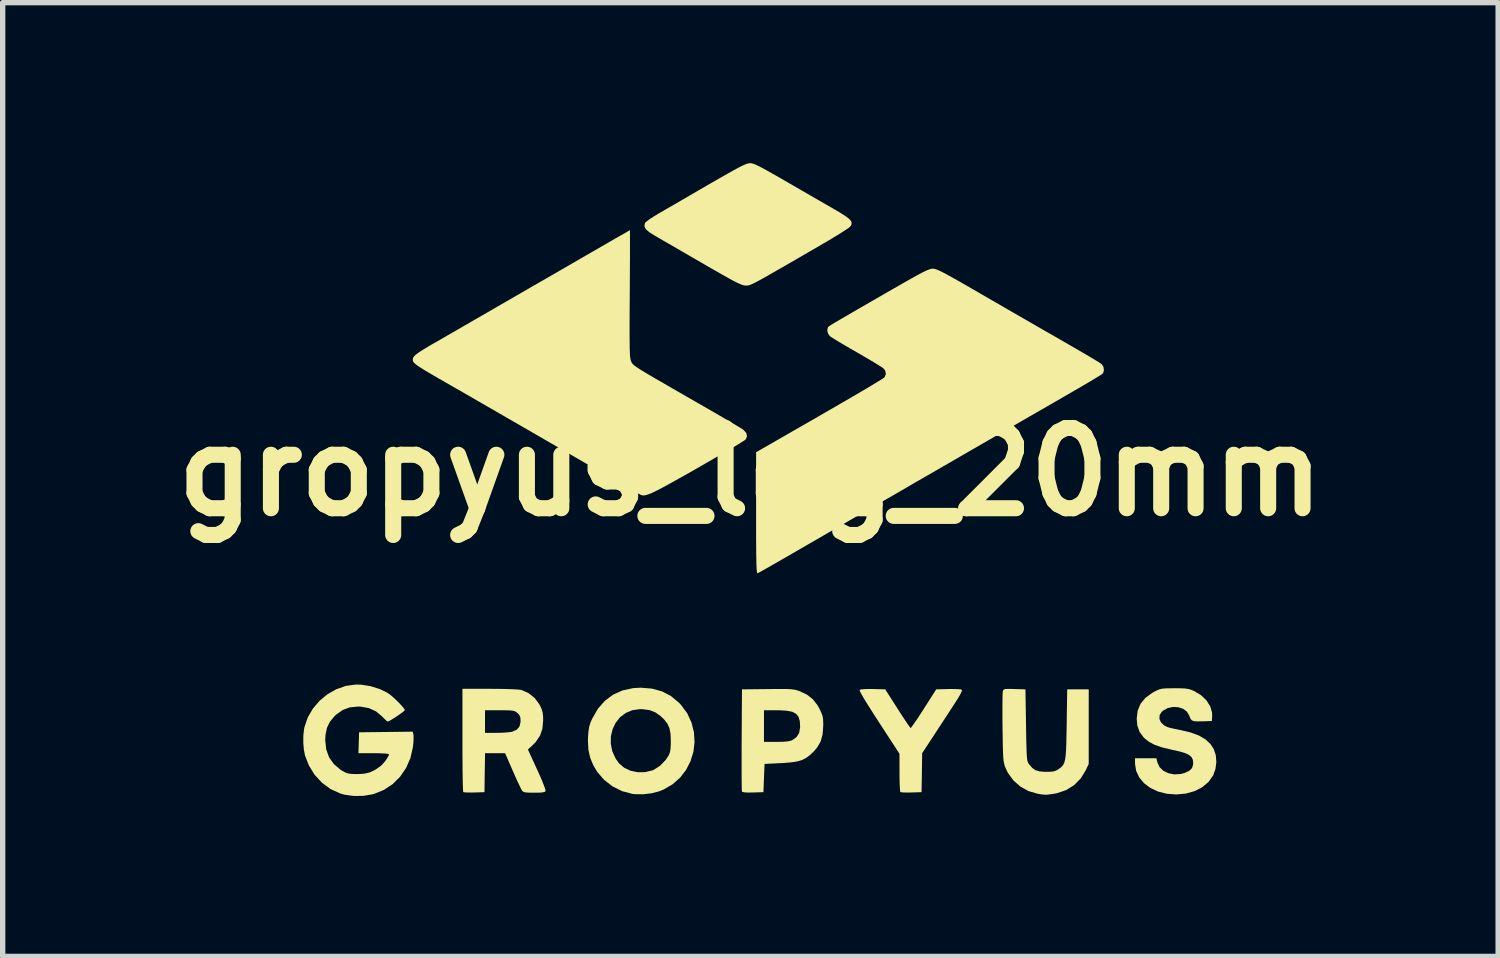
<source format=kicad_pcb>
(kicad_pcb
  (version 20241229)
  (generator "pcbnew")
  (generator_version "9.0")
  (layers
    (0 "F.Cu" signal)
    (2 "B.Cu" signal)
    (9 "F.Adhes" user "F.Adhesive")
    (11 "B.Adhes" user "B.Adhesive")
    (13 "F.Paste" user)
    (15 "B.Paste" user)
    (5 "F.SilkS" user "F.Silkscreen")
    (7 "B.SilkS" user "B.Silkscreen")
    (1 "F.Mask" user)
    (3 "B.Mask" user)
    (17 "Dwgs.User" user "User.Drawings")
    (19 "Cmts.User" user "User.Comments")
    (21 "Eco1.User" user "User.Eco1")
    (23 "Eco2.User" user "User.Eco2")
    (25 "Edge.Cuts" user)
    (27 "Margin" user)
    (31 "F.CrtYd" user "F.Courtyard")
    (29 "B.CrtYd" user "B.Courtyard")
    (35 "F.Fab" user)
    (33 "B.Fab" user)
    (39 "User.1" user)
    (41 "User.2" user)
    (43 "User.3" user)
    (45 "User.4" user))
  (footprint "gropyus_log_20mm"
    (layer "F.Cu")
    (at 10.979 5.773)
    (property "Reference" "gropyus_log_20mm" (at 0 0 0) (layer "F.SilkS") (effects (font (size 1.5 1.5) (thickness 0.3))))
    (attr board_only exclude_from_pos_files exclude_from_bom)
    (fp_poly (pts (xy 2.291 4.058) (xy 2.52 4.064) (xy 2.749 4.423) (xy 2.819 4.533) (xy 2.883 4.629) (xy 2.935 4.707) (xy 2.973 4.761) (xy 2.992 4.786) (xy 2.994 4.787) (xy 3.009 4.772) (xy 3.043 4.725) (xy 3.093 4.654) (xy 3.154 4.563) (xy 3.223 4.456) (xy 3.241 4.428) (xy 3.473 4.064) (xy 3.704 4.058) (xy 3.799 4.058) (xy 3.879 4.06) (xy 3.934 4.066) (xy 3.953 4.072) (xy 3.951 4.097) (xy 3.926 4.152) (xy 3.88 4.231) (xy 3.837 4.299) (xy 3.782 4.384) (xy 3.71 4.494) (xy 3.628 4.62) (xy 3.541 4.753) (xy 3.457 4.881) (xy 3.456 4.883) (xy 3.21 5.258) (xy 3.205 5.622) (xy 3.199 5.986) (xy 3.008 5.992) (xy 2.922 5.993) (xy 2.852 5.991) (xy 2.81 5.986) (xy 2.802 5.983) (xy 2.797 5.958) (xy 2.793 5.898) (xy 2.789 5.81) (xy 2.787 5.703) (xy 2.787 5.618) (xy 2.786 5.268) (xy 2.404 4.681) (xy 2.287 4.5) (xy 2.192 4.349) (xy 2.119 4.231) (xy 2.07 4.145) (xy 2.044 4.092) (xy 2.042 4.073) (xy 2.071 4.065) (xy 2.133 4.059) (xy 2.22 4.057)) (stroke (width 0) (type solid)) (fill yes) (layer "F.SilkS"))
    (fp_poly (pts (xy 0.689 4.058) (xy 0.758 4.062) (xy 0.811 4.068) (xy 0.855 4.077) (xy 0.895 4.09) (xy 0.917 4.097) (xy 1.059 4.164) (xy 1.168 4.251) (xy 1.256 4.364) (xy 1.288 4.422) (xy 1.325 4.498) (xy 1.347 4.559) (xy 1.358 4.621) (xy 1.361 4.701) (xy 1.361 4.748) (xy 1.349 4.906) (xy 1.313 5.037) (xy 1.248 5.15) (xy 1.187 5.222) (xy 1.112 5.293) (xy 1.041 5.346) (xy 0.963 5.385) (xy 0.873 5.412) (xy 0.76 5.429) (xy 0.616 5.441) (xy 0.549 5.444) (xy 0.264 5.458) (xy 0.253 5.722) (xy 0.243 5.986) (xy 0.047 5.992) (xy -0.053 5.993) (xy -0.117 5.989) (xy -0.151 5.98) (xy -0.159 5.971) (xy -0.161 5.945) (xy -0.163 5.881) (xy -0.164 5.783) (xy -0.165 5.657) (xy -0.165 5.506) (xy -0.165 5.334) (xy -0.165 5.147) (xy -0.164 5.004) (xy -0.161 4.455) (xy 0.253 4.455) (xy 0.253 4.751) (xy 0.253 5.046) (xy 0.487 5.046) (xy 0.614 5.044) (xy 0.705 5.036) (xy 0.766 5.021) (xy 0.78 5.015) (xy 0.863 4.955) (xy 0.912 4.875) (xy 0.929 4.769) (xy 0.929 4.757) (xy 0.922 4.654) (xy 0.898 4.575) (xy 0.852 4.52) (xy 0.781 4.483) (xy 0.678 4.463) (xy 0.539 4.455) (xy 0.497 4.455) (xy 0.253 4.455) (xy -0.161 4.455) (xy -0.158 4.064) (xy 0.32 4.059) (xy 0.477 4.057) (xy 0.598 4.057)) (stroke (width 0) (type solid)) (fill yes) (layer "F.SilkS"))
    (fp_poly (pts (xy -1.842 4.05) (xy -1.653 4.102) (xy -1.485 4.19) (xy -1.334 4.316) (xy -1.298 4.354) (xy -1.181 4.513) (xy -1.101 4.686) (xy -1.056 4.866) (xy -1.045 5.05) (xy -1.066 5.232) (xy -1.12 5.407) (xy -1.203 5.569) (xy -1.315 5.715) (xy -1.456 5.839) (xy -1.622 5.936) (xy -1.712 5.972) (xy -1.849 6.007) (xy -2.002 6.025) (xy -2.149 6.024) (xy -2.206 6.018) (xy -2.4 5.967) (xy -2.578 5.878) (xy -2.734 5.757) (xy -2.864 5.607) (xy -2.94 5.479) (xy -2.997 5.339) (xy -3.029 5.194) (xy -3.035 5.08) (xy -2.611 5.08) (xy -2.583 5.221) (xy -2.521 5.356) (xy -2.456 5.448) (xy -2.362 5.529) (xy -2.242 5.585) (xy -2.108 5.613) (xy -1.97 5.612) (xy -1.837 5.58) (xy -1.805 5.567) (xy -1.688 5.491) (xy -1.585 5.384) (xy -1.526 5.294) (xy -1.506 5.245) (xy -1.494 5.18) (xy -1.489 5.088) (xy -1.489 5.025) (xy -1.494 4.891) (xy -1.515 4.787) (xy -1.555 4.701) (xy -1.619 4.621) (xy -1.676 4.567) (xy -1.776 4.495) (xy -1.883 4.453) (xy -2.011 4.435) (xy -2.062 4.434) (xy -2.206 4.453) (xy -2.331 4.505) (xy -2.437 4.585) (xy -2.519 4.688) (xy -2.577 4.809) (xy -2.609 4.941) (xy -2.611 5.08) (xy -3.035 5.08) (xy -3.038 5.032) (xy -3.036 4.951) (xy -3.027 4.843) (xy -3.014 4.76) (xy -2.99 4.685) (xy -2.958 4.612) (xy -2.852 4.427) (xy -2.721 4.278) (xy -2.567 4.163) (xy -2.391 4.084) (xy -2.193 4.041) (xy -2.053 4.033)) (stroke (width 0) (type solid)) (fill yes) (layer "F.SilkS"))
    (fp_poly (pts (xy 4.901 4.057) (xy 4.936 4.058) (xy 5.141 4.064) (xy 5.152 4.733) (xy 5.155 4.92) (xy 5.158 5.068) (xy 5.161 5.185) (xy 5.165 5.273) (xy 5.169 5.337) (xy 5.175 5.383) (xy 5.182 5.415) (xy 5.192 5.438) (xy 5.203 5.457) (xy 5.206 5.46) (xy 5.267 5.532) (xy 5.33 5.576) (xy 5.407 5.598) (xy 5.511 5.606) (xy 5.528 5.606) (xy 5.618 5.604) (xy 5.68 5.595) (xy 5.726 5.577) (xy 5.759 5.557) (xy 5.797 5.529) (xy 5.827 5.501) (xy 5.851 5.469) (xy 5.869 5.428) (xy 5.883 5.373) (xy 5.893 5.3) (xy 5.9 5.203) (xy 5.905 5.079) (xy 5.908 4.922) (xy 5.912 4.727) (xy 5.912 4.719) (xy 5.922 4.064) (xy 6.123 4.064) (xy 6.324 4.064) (xy 6.324 4.761) (xy 6.324 5.458) (xy 6.268 5.577) (xy 6.173 5.731) (xy 6.05 5.855) (xy 5.901 5.948) (xy 5.73 6.005) (xy 5.667 6.017) (xy 5.588 6.028) (xy 5.536 6.034) (xy 5.493 6.033) (xy 5.444 6.028) (xy 5.372 6.016) (xy 5.367 6.015) (xy 5.199 5.966) (xy 5.047 5.882) (xy 4.916 5.767) (xy 4.814 5.627) (xy 4.772 5.54) (xy 4.757 5.503) (xy 4.746 5.466) (xy 4.737 5.426) (xy 4.73 5.376) (xy 4.725 5.311) (xy 4.721 5.225) (xy 4.718 5.113) (xy 4.716 4.971) (xy 4.713 4.791) (xy 4.713 4.786) (xy 4.711 4.625) (xy 4.711 4.475) (xy 4.711 4.343) (xy 4.712 4.234) (xy 4.714 4.155) (xy 4.717 4.11) (xy 4.718 4.104) (xy 4.725 4.081) (xy 4.739 4.066) (xy 4.767 4.058) (xy 4.818 4.056)) (stroke (width 0) (type solid)) (fill yes) (layer "F.SilkS"))
    (fp_poly (pts (xy -4.872 4.054) (xy -4.723 4.055) (xy -4.585 4.057) (xy -4.464 4.061) (xy -4.368 4.066) (xy -4.303 4.072) (xy -4.282 4.076) (xy -4.149 4.134) (xy -4.034 4.226) (xy -3.946 4.344) (xy -3.938 4.359) (xy -3.903 4.434) (xy -3.884 4.5) (xy -3.876 4.576) (xy -3.875 4.644) (xy -3.889 4.8) (xy -3.935 4.932) (xy -4.014 5.048) (xy -4.065 5.101) (xy -4.16 5.189) (xy -3.989 5.561) (xy -3.936 5.678) (xy -3.891 5.784) (xy -3.857 5.871) (xy -3.835 5.933) (xy -3.829 5.964) (xy -3.829 5.965) (xy -3.845 5.98) (xy -3.881 5.99) (xy -3.945 5.995) (xy -4.041 5.996) (xy -4.137 5.995) (xy -4.199 5.991) (xy -4.237 5.983) (xy -4.26 5.967) (xy -4.272 5.953) (xy -4.29 5.92) (xy -4.321 5.855) (xy -4.363 5.767) (xy -4.41 5.662) (xy -4.444 5.584) (xy -4.587 5.257) (xy -4.774 5.257) (xy -4.961 5.257) (xy -4.967 5.622) (xy -4.972 5.986) (xy -5.163 5.992) (xy -5.249 5.993) (xy -5.319 5.991) (xy -5.362 5.986) (xy -5.369 5.983) (xy -5.372 5.959) (xy -5.375 5.898) (xy -5.378 5.803) (xy -5.38 5.678) (xy -5.382 5.529) (xy -5.383 5.358) (xy -5.384 5.172) (xy -5.384 5.011) (xy -5.384 4.455) (xy -4.962 4.455) (xy -4.962 4.666) (xy -4.962 4.877) (xy -4.745 4.877) (xy -4.645 4.875) (xy -4.552 4.869) (xy -4.479 4.861) (xy -4.453 4.856) (xy -4.367 4.817) (xy -4.316 4.756) (xy -4.297 4.668) (xy -4.297 4.652) (xy -4.302 4.584) (xy -4.325 4.537) (xy -4.356 4.506) (xy -4.383 4.485) (xy -4.411 4.471) (xy -4.45 4.462) (xy -4.507 4.457) (xy -4.591 4.455) (xy -4.688 4.455) (xy -4.962 4.455) (xy -5.384 4.455) (xy -5.384 4.054)) (stroke (width 0) (type solid)) (fill yes) (layer "F.SilkS"))
    (fp_poly (pts (xy 0.018 -5.771) (xy 0.053 -5.762) (xy 0.099 -5.744) (xy 0.16 -5.715) (xy 0.24 -5.673) (xy 0.343 -5.616) (xy 0.474 -5.542) (xy 0.637 -5.448) (xy 0.644 -5.444) (xy 0.805 -5.351) (xy 0.972 -5.255) (xy 1.136 -5.16) (xy 1.29 -5.071) (xy 1.425 -4.993) (xy 1.532 -4.932) (xy 1.538 -4.928) (xy 1.67 -4.851) (xy 1.768 -4.789) (xy 1.835 -4.74) (xy 1.875 -4.699) (xy 1.892 -4.662) (xy 1.889 -4.627) (xy 1.871 -4.593) (xy 1.845 -4.57) (xy 1.787 -4.53) (xy 1.703 -4.475) (xy 1.598 -4.41) (xy 1.476 -4.336) (xy 1.342 -4.258) (xy 1.337 -4.255) (xy 1.085 -4.109) (xy 0.867 -3.982) (xy 0.68 -3.874) (xy 0.521 -3.783) (xy 0.389 -3.707) (xy 0.28 -3.645) (xy 0.192 -3.596) (xy 0.122 -3.558) (xy 0.067 -3.53) (xy 0.025 -3.51) (xy -0.007 -3.497) (xy -0.031 -3.489) (xy -0.051 -3.486) (xy -0.068 -3.485) (xy -0.086 -3.485) (xy -0.088 -3.485) (xy -0.116 -3.487) (xy -0.148 -3.495) (xy -0.19 -3.511) (xy -0.245 -3.536) (xy -0.316 -3.572) (xy -0.408 -3.622) (xy -0.524 -3.687) (xy -0.668 -3.769) (xy -0.843 -3.87) (xy -0.908 -3.908) (xy -1.075 -4.004) (xy -1.237 -4.098) (xy -1.389 -4.187) (xy -1.526 -4.266) (xy -1.643 -4.333) (xy -1.733 -4.386) (xy -1.794 -4.421) (xy -1.8 -4.424) (xy -1.896 -4.486) (xy -1.956 -4.539) (xy -1.981 -4.589) (xy -1.977 -4.639) (xy -1.967 -4.659) (xy -1.942 -4.683) (xy -1.888 -4.723) (xy -1.81 -4.774) (xy -1.717 -4.831) (xy -1.675 -4.855) (xy -1.591 -4.904) (xy -1.476 -4.97) (xy -1.338 -5.05) (xy -1.184 -5.14) (xy -1.02 -5.235) (xy -0.853 -5.332) (xy -0.75 -5.392) (xy -0.571 -5.495) (xy -0.424 -5.578) (xy -0.306 -5.644) (xy -0.213 -5.694) (xy -0.142 -5.73) (xy -0.088 -5.753) (xy -0.047 -5.767) (xy -0.017 -5.772) (xy -0.011 -5.773)) (stroke (width 0) (type solid)) (fill yes) (layer "F.SilkS"))
    (fp_poly (pts (xy -7.274 3.977) (xy -7.1 4.005) (xy -6.929 4.059) (xy -6.79 4.126) (xy -6.741 4.16) (xy -6.679 4.212) (xy -6.613 4.274) (xy -6.551 4.336) (xy -6.5 4.393) (xy -6.468 4.435) (xy -6.461 4.452) (xy -6.477 4.47) (xy -6.52 4.504) (xy -6.579 4.546) (xy -6.645 4.59) (xy -6.707 4.629) (xy -6.756 4.657) (xy -6.781 4.666) (xy -6.803 4.652) (xy -6.844 4.614) (xy -6.883 4.574) (xy -6.999 4.476) (xy -7.134 4.414) (xy -7.292 4.387) (xy -7.338 4.386) (xy -7.491 4.401) (xy -7.623 4.45) (xy -7.745 4.537) (xy -7.776 4.566) (xy -7.863 4.671) (xy -7.917 4.784) (xy -7.944 4.916) (xy -7.949 5.015) (xy -7.931 5.186) (xy -7.877 5.335) (xy -7.787 5.462) (xy -7.661 5.568) (xy -7.624 5.591) (xy -7.57 5.62) (xy -7.518 5.637) (xy -7.456 5.645) (xy -7.368 5.648) (xy -7.348 5.648) (xy -7.223 5.641) (xy -7.12 5.618) (xy -7.023 5.573) (xy -6.921 5.504) (xy -6.877 5.463) (xy -6.829 5.407) (xy -6.788 5.347) (xy -6.761 5.298) (xy -6.756 5.279) (xy -6.777 5.27) (xy -6.837 5.263) (xy -6.932 5.259) (xy -7.042 5.257) (xy -7.328 5.257) (xy -7.322 5.062) (xy -7.316 4.867) (xy -6.815 4.861) (xy -6.314 4.855) (xy -6.3 4.91) (xy -6.297 4.956) (xy -6.299 5.03) (xy -6.307 5.118) (xy -6.31 5.145) (xy -6.356 5.348) (xy -6.437 5.533) (xy -6.549 5.697) (xy -6.689 5.836) (xy -6.853 5.944) (xy -7.038 6.019) (xy -7.066 6.026) (xy -7.236 6.055) (xy -7.415 6.057) (xy -7.585 6.034) (xy -7.667 6.011) (xy -7.851 5.927) (xy -8.012 5.808) (xy -8.149 5.659) (xy -8.257 5.482) (xy -8.327 5.301) (xy -8.348 5.194) (xy -8.359 5.064) (xy -8.358 4.929) (xy -8.345 4.807) (xy -8.338 4.772) (xy -8.276 4.589) (xy -8.179 4.423) (xy -8.054 4.277) (xy -7.906 4.155) (xy -7.74 4.061) (xy -7.561 3.999) (xy -7.374 3.974)) (stroke (width 0) (type solid)) (fill yes) (layer "F.SilkS"))
    (fp_poly (pts (xy 8.04 4.044) (xy 8.121 4.048) (xy 8.181 4.056) (xy 8.232 4.07) (xy 8.285 4.092) (xy 8.299 4.098) (xy 8.426 4.175) (xy 8.526 4.272) (xy 8.596 4.382) (xy 8.63 4.5) (xy 8.632 4.573) (xy 8.625 4.656) (xy 8.448 4.662) (xy 8.352 4.663) (xy 8.288 4.658) (xy 8.249 4.641) (xy 8.224 4.608) (xy 8.204 4.556) (xy 8.159 4.48) (xy 8.087 4.427) (xy 7.996 4.398) (xy 7.897 4.393) (xy 7.798 4.415) (xy 7.71 4.465) (xy 7.691 4.481) (xy 7.65 4.544) (xy 7.645 4.613) (xy 7.674 4.681) (xy 7.734 4.738) (xy 7.792 4.768) (xy 7.838 4.782) (xy 7.911 4.799) (xy 8 4.817) (xy 8.032 4.824) (xy 8.226 4.869) (xy 8.384 4.927) (xy 8.508 5) (xy 8.602 5.089) (xy 8.661 5.18) (xy 8.699 5.293) (xy 8.71 5.422) (xy 8.693 5.553) (xy 8.651 5.672) (xy 8.565 5.793) (xy 8.448 5.892) (xy 8.305 5.966) (xy 8.141 6.012) (xy 7.961 6.029) (xy 7.785 6.016) (xy 7.621 5.975) (xy 7.478 5.908) (xy 7.358 5.818) (xy 7.268 5.71) (xy 7.21 5.587) (xy 7.19 5.458) (xy 7.189 5.352) (xy 7.389 5.352) (xy 7.589 5.352) (xy 7.608 5.431) (xy 7.648 5.518) (xy 7.72 5.587) (xy 7.816 5.633) (xy 7.926 5.654) (xy 8.043 5.647) (xy 8.114 5.628) (xy 8.202 5.587) (xy 8.254 5.538) (xy 8.275 5.473) (xy 8.277 5.444) (xy 8.271 5.383) (xy 8.249 5.335) (xy 8.207 5.295) (xy 8.14 5.261) (xy 8.042 5.23) (xy 7.909 5.199) (xy 7.865 5.19) (xy 7.695 5.149) (xy 7.561 5.103) (xy 7.454 5.047) (xy 7.368 4.979) (xy 7.353 4.965) (xy 7.276 4.861) (xy 7.233 4.741) (xy 7.221 4.613) (xy 7.239 4.463) (xy 7.293 4.333) (xy 7.385 4.222) (xy 7.514 4.128) (xy 7.545 4.111) (xy 7.602 4.082) (xy 7.65 4.063) (xy 7.699 4.051) (xy 7.761 4.046) (xy 7.846 4.044) (xy 7.928 4.043)) (stroke (width 0) (type solid)) (fill yes) (layer "F.SilkS"))
    (fp_poly (pts (xy -2.252 -4.498) (xy -2.252 -4.439) (xy -2.252 -4.345) (xy -2.252 -4.221) (xy -2.252 -4.069) (xy -2.253 -3.894) (xy -2.254 -3.699) (xy -2.255 -3.488) (xy -2.256 -3.328) (xy -2.258 -3.072) (xy -2.259 -2.854) (xy -2.259 -2.671) (xy -2.259 -2.521) (xy -2.258 -2.399) (xy -2.257 -2.302) (xy -2.254 -2.227) (xy -2.251 -2.17) (xy -2.246 -2.128) (xy -2.24 -2.098) (xy -2.234 -2.076) (xy -2.229 -2.065) (xy -2.221 -2.048) (xy -2.212 -2.033) (xy -2.199 -2.017) (xy -2.18 -1.998) (xy -2.151 -1.976) (xy -2.111 -1.948) (xy -2.057 -1.913) (xy -1.985 -1.869) (xy -1.893 -1.814) (xy -1.779 -1.747) (xy -1.639 -1.667) (xy -1.472 -1.57) (xy -1.274 -1.456) (xy -1.043 -1.323) (xy -0.982 -1.288) (xy -0.813 -1.191) (xy -0.654 -1.099) (xy -0.508 -1.014) (xy -0.38 -0.939) (xy -0.274 -0.876) (xy -0.194 -0.828) (xy -0.144 -0.797) (xy -0.132 -0.788) (xy -0.078 -0.73) (xy -0.064 -0.667) (xy -0.09 -0.607) (xy -0.113 -0.589) (xy -0.169 -0.554) (xy -0.255 -0.501) (xy -0.366 -0.435) (xy -0.499 -0.357) (xy -0.651 -0.269) (xy -0.817 -0.173) (xy -0.992 -0.072) (xy -1.206 0.05) (xy -1.387 0.151) (xy -1.538 0.235) (xy -1.662 0.302) (xy -1.762 0.354) (xy -1.842 0.392) (xy -1.905 0.417) (xy -1.954 0.433) (xy -1.992 0.439) (xy -2.022 0.437) (xy -2.048 0.429) (xy -2.073 0.416) (xy -2.13 0.384) (xy -2.215 0.336) (xy -2.324 0.274) (xy -2.452 0.2) (xy -2.595 0.118) (xy -2.745 0.032) (xy -3.123 -0.187) (xy -3.467 -0.386) (xy -3.778 -0.566) (xy -4.06 -0.729) (xy -4.314 -0.876) (xy -4.542 -1.007) (xy -4.747 -1.126) (xy -4.931 -1.232) (xy -5.096 -1.327) (xy -5.244 -1.413) (xy -5.378 -1.49) (xy -5.5 -1.559) (xy -5.611 -1.623) (xy -5.669 -1.657) (xy -5.841 -1.755) (xy -5.979 -1.836) (xy -6.088 -1.9) (xy -6.17 -1.952) (xy -6.23 -1.992) (xy -6.271 -2.024) (xy -6.296 -2.049) (xy -6.308 -2.071) (xy -6.313 -2.092) (xy -6.313 -2.098) (xy -6.308 -2.128) (xy -6.291 -2.159) (xy -6.256 -2.193) (xy -6.2 -2.235) (xy -6.117 -2.288) (xy -6.004 -2.356) (xy -5.944 -2.391) (xy -5.879 -2.428) (xy -5.781 -2.484) (xy -5.654 -2.558) (xy -5.502 -2.645) (xy -5.329 -2.745) (xy -5.138 -2.856) (xy -4.932 -2.974) (xy -4.717 -3.099) (xy -4.495 -3.227) (xy -4.36 -3.305) (xy -4.132 -3.437) (xy -3.904 -3.568) (xy -3.682 -3.696) (xy -3.469 -3.819) (xy -3.27 -3.934) (xy -3.089 -4.039) (xy -2.929 -4.131) (xy -2.796 -4.208) (xy -2.693 -4.267) (xy -2.655 -4.29) (xy -2.538 -4.357) (xy -2.435 -4.416) (xy -2.35 -4.464) (xy -2.289 -4.499) (xy -2.257 -4.517) (xy -2.253 -4.518)) (stroke (width 0) (type solid)) (fill yes) (layer "F.SilkS"))
    (fp_poly (pts (xy 3.436 -3.798) (xy 3.471 -3.788) (xy 3.517 -3.77) (xy 3.578 -3.741) (xy 3.657 -3.7) (xy 3.759 -3.644) (xy 3.886 -3.572) (xy 4.044 -3.482) (xy 4.181 -3.403) (xy 4.375 -3.29) (xy 4.592 -3.165) (xy 4.82 -3.033) (xy 5.049 -2.901) (xy 5.268 -2.775) (xy 5.464 -2.662) (xy 5.521 -2.629) (xy 5.745 -2.501) (xy 5.934 -2.392) (xy 6.093 -2.3) (xy 6.223 -2.224) (xy 6.328 -2.163) (xy 6.41 -2.114) (xy 6.472 -2.076) (xy 6.518 -2.048) (xy 6.549 -2.027) (xy 6.569 -2.012) (xy 6.572 -2.01) (xy 6.6 -1.962) (xy 6.608 -1.9) (xy 6.593 -1.846) (xy 6.592 -1.846) (xy 6.579 -1.834) (xy 6.547 -1.812) (xy 6.493 -1.779) (xy 6.417 -1.732) (xy 6.316 -1.672) (xy 6.188 -1.597) (xy 6.031 -1.506) (xy 5.843 -1.397) (xy 5.623 -1.27) (xy 5.368 -1.123) (xy 5.342 -1.108) (xy 5.23 -1.044) (xy 5.088 -0.962) (xy 4.922 -0.866) (xy 4.738 -0.76) (xy 4.544 -0.648) (xy 4.345 -0.533) (xy 4.147 -0.419) (xy 4.043 -0.359) (xy 3.826 -0.233) (xy 3.585 -0.094) (xy 3.329 0.054) (xy 3.068 0.204) (xy 2.814 0.352) (xy 2.575 0.49) (xy 2.361 0.613) (xy 2.344 0.623) (xy 2.139 0.741) (xy 1.916 0.87) (xy 1.686 1.003) (xy 1.455 1.136) (xy 1.234 1.264) (xy 1.031 1.381) (xy 0.855 1.483) (xy 0.838 1.493) (xy 0.684 1.582) (xy 0.54 1.664) (xy 0.412 1.738) (xy 0.303 1.8) (xy 0.218 1.848) (xy 0.161 1.88) (xy 0.136 1.893) (xy 0.136 1.893) (xy 0.129 1.891) (xy 0.123 1.877) (xy 0.119 1.848) (xy 0.115 1.8) (xy 0.112 1.732) (xy 0.11 1.639) (xy 0.108 1.518) (xy 0.107 1.368) (xy 0.106 1.183) (xy 0.106 0.961) (xy 0.106 0.768) (xy 0.106 -0.369) (xy 0.491 -0.59) (xy 0.844 -0.793) (xy 1.165 -0.977) (xy 1.452 -1.143) (xy 1.706 -1.29) (xy 1.925 -1.417) (xy 2.111 -1.526) (xy 2.261 -1.615) (xy 2.376 -1.685) (xy 2.456 -1.734) (xy 2.499 -1.763) (xy 2.507 -1.77) (xy 2.532 -1.831) (xy 2.519 -1.895) (xy 2.486 -1.936) (xy 2.455 -1.958) (xy 2.393 -1.998) (xy 2.305 -2.052) (xy 2.197 -2.116) (xy 2.076 -2.187) (xy 1.985 -2.239) (xy 1.857 -2.313) (xy 1.739 -2.382) (xy 1.636 -2.443) (xy 1.555 -2.493) (xy 1.502 -2.527) (xy 1.483 -2.541) (xy 1.448 -2.592) (xy 1.436 -2.651) (xy 1.449 -2.703) (xy 1.462 -2.719) (xy 1.481 -2.732) (xy 1.521 -2.757) (xy 1.582 -2.794) (xy 1.667 -2.844) (xy 1.778 -2.909) (xy 1.916 -2.989) (xy 2.085 -3.087) (xy 2.285 -3.202) (xy 2.518 -3.337) (xy 2.67 -3.424) (xy 2.848 -3.526) (xy 2.993 -3.608) (xy 3.109 -3.673) (xy 3.2 -3.722) (xy 3.271 -3.757) (xy 3.325 -3.78) (xy 3.365 -3.794) (xy 3.396 -3.8) (xy 3.409 -3.8)) (stroke (width 0) (type solid)) (fill yes) (layer "F.SilkS")))
  (gr_rect
    (start -3 -3)
    (end 24.957 14.83)
    (stroke (width 0.1) (type default))
    (fill no)
    (layer "Edge.Cuts")))
</source>
